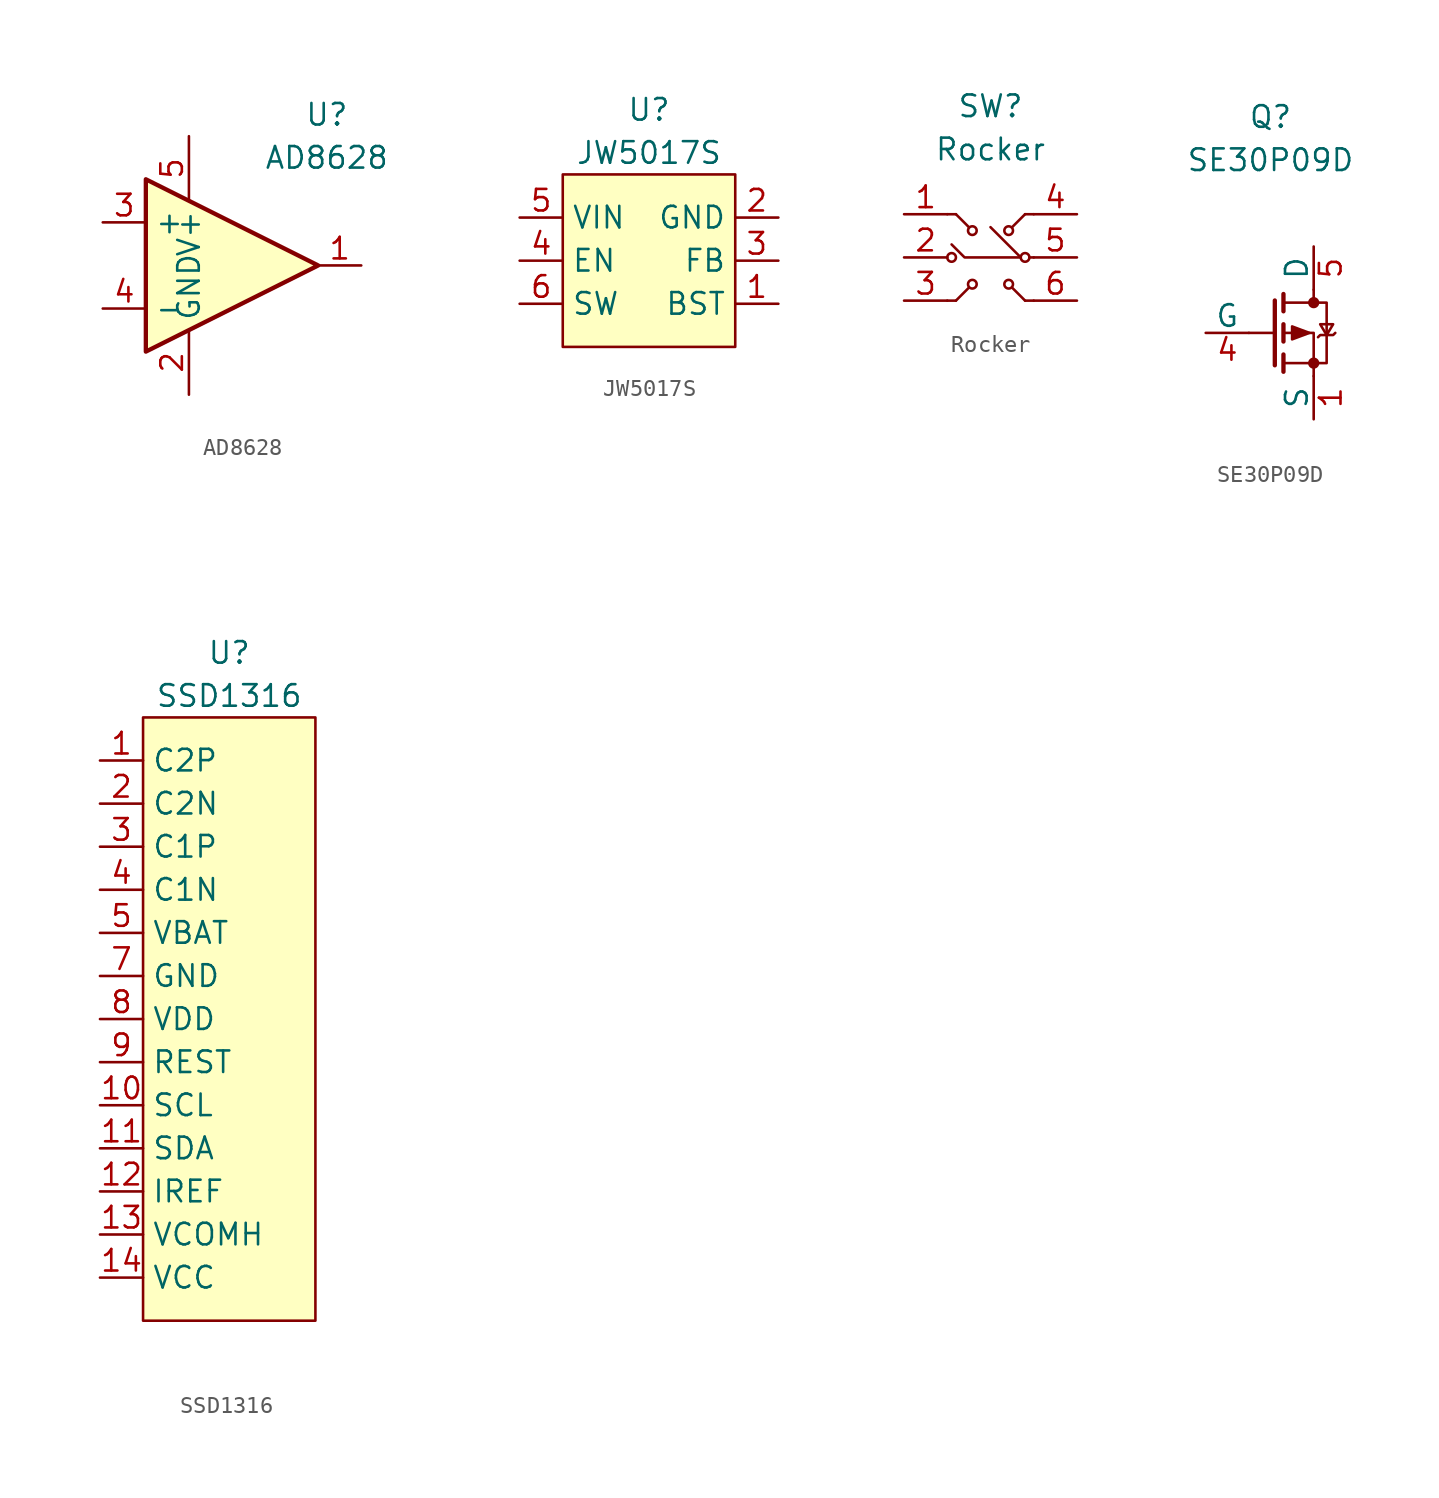
<source format=kicad_sym>
(kicad_symbol_lib
  (version 20211014)
  (generator kicad_symbol_editor)
  (symbol "AD8628"
    (property "Reference" "U"
      (at 6.35 8.89 0)
      (effects (font (size 1.27 1.27))))
    (property "Value" "AD8628"
      (at 6.35 6.35 0)
      (effects (font (size 1.27 1.27))))
    (symbol "AD8628_0_1"
      (polyline (pts (xy -4.318 5.08) (xy 5.842 0) (xy -4.318 -5.08) (xy -4.318 5.08)) (stroke (width 0.254) (type default) (color 0 0 0 0)) (fill (type background))))
    (symbol "AD8628_1_1"
      (pin output line (at 8.382 0 180) (length 2.54) (name "~" (effects (font (size 1.27 1.27)))) (number "1" (effects (font (size 1.27 1.27)))))
      (pin power_in line (at -1.778 -7.62 90) (length 3.81) (name "GND" (effects (font (size 1.27 1.27)))) (number "2" (effects (font (size 1.27 1.27)))))
      (pin input line (at -6.858 2.54 0) (length 2.54) (name "+" (effects (font (size 1.27 1.27)))) (number "3" (effects (font (size 1.27 1.27)))))
      (pin input line (at -6.858 -2.54 0) (length 2.54) (name "-" (effects (font (size 1.27 1.27)))) (number "4" (effects (font (size 1.27 1.27)))))
      (pin power_in line (at -1.778 7.62 270) (length 3.81) (name "V+" (effects (font (size 1.27 1.27)))) (number "5" (effects (font (size 1.27 1.27)))))))
  (symbol "JW5017S"
    (property "Reference" "U"
      (at 0 8.89 0)
      (effects (font (size 1.27 1.27))))
    (property "Value" "JW5017S"
      (at 0 6.35 0)
      (effects (font (size 1.27 1.27))))
    (symbol "JW5017S_0_0"
      (pin power_out line (at 7.62 -2.54 180) (length 2.54) (name "BST" (effects (font (size 1.27 1.27)))) (number "1" (effects (font (size 1.27 1.27)))))
      (pin power_in line (at 7.62 2.54 180) (length 2.54) (name "GND" (effects (font (size 1.27 1.27)))) (number "2" (effects (font (size 1.27 1.27)))))
      (pin input line (at 7.62 0 180) (length 2.54) (name "FB" (effects (font (size 1.27 1.27)))) (number "3" (effects (font (size 1.27 1.27)))))
      (pin input line (at -7.62 0 0) (length 2.54) (name "EN" (effects (font (size 1.27 1.27)))) (number "4" (effects (font (size 1.27 1.27)))))
      (pin power_in line (at -7.62 2.54 0) (length 2.54) (name "VIN" (effects (font (size 1.27 1.27)))) (number "5" (effects (font (size 1.27 1.27)))))
      (pin input line (at -7.62 -2.54 0) (length 2.54) (name "SW" (effects (font (size 1.27 1.27)))) (number "6" (effects (font (size 1.27 1.27))))))
    (symbol "JW5017S_0_1"
      (rectangle (start -5.08 5.08) (end 5.08 -5.08) (stroke (width 0) (type default) (color 0 0 0 0)) (fill (type background)))))
  (symbol "Rocker"
    (property "Reference" "SW"
      (at 0 8.89 0)
      (effects (font (size 1.27 1.27))))
    (property "Value" "Rocker"
      (at 0 6.35 0)
      (effects (font (size 1.27 1.27))))
    (symbol "Rocker_0_0"
      (pin passive line (at -5.08 2.54 0) (length 2.54) (name "" (effects (font (size 1.27 1.27)))) (number "1" (effects (font (size 1.27 1.27)))))
      (pin passive line (at -5.08 0 0) (length 2.54) (name "" (effects (font (size 1.27 1.27)))) (number "2" (effects (font (size 1.27 1.27)))))
      (pin passive line (at -5.08 -2.54 0) (length 2.54) (name "" (effects (font (size 1.27 1.27)))) (number "3" (effects (font (size 1.27 1.27)))))
      (pin passive line (at 5.08 2.54 180) (length 2.54) (name "" (effects (font (size 1.27 1.27)))) (number "4" (effects (font (size 1.27 1.27)))))
      (pin passive line (at 5.08 0 180) (length 2.54) (name "" (effects (font (size 1.27 1.27)))) (number "5" (effects (font (size 1.27 1.27)))))
      (pin passive line (at 5.08 -2.54 180) (length 2.54) (name "" (effects (font (size 1.27 1.27)))) (number "6" (effects (font (size 1.27 1.27))))))
    (symbol "Rocker_0_1"
      (circle (center -2.286 0) (radius 0.254) (stroke (width 0) (type default) (color 0 0 0 0)) (fill (type none)))
      (circle (center -1.067 -1.575) (radius 0.254) (stroke (width 0) (type default) (color 0 0 0 0)) (fill (type none)))
      (circle (center -1.067 1.575) (radius 0.254) (stroke (width 0) (type default) (color 0 0 0 0)) (fill (type none)))
      (polyline (pts (xy -2.54 -2.54) (xy -2.032 -2.54)) (stroke (width 0) (type default) (color 0 0 0 0)) (fill (type none)))
      (polyline (pts (xy -2.54 2.54) (xy -2.032 2.54)) (stroke (width 0) (type default) (color 0 0 0 0)) (fill (type none)))
      (polyline (pts (xy -2.032 -2.54) (xy -1.27 -1.778)) (stroke (width 0) (type default) (color 0 0 0 0)) (fill (type none)))
      (polyline (pts (xy -2.032 2.54) (xy -1.27 1.778)) (stroke (width 0) (type default) (color 0 0 0 0)) (fill (type none)))
      (polyline (pts (xy 1.778 0) (xy 0 1.778)) (stroke (width 0) (type default) (color 0 0 0 0)) (fill (type none)))
      (polyline (pts (xy 2.032 -2.54) (xy 1.27 -1.778)) (stroke (width 0) (type default) (color 0 0 0 0)) (fill (type none)))
      (polyline (pts (xy 2.032 -2.54) (xy 2.54 -2.54)) (stroke (width 0) (type default) (color 0 0 0 0)) (fill (type none)))
      (polyline (pts (xy 2.032 2.54) (xy 1.27 1.778)) (stroke (width 0) (type default) (color 0 0 0 0)) (fill (type none)))
      (polyline (pts (xy 2.032 2.54) (xy 2.54 2.54)) (stroke (width 0) (type default) (color 0 0 0 0)) (fill (type none)))
      (polyline (pts (xy 2.286 0) (xy 2.54 0)) (stroke (width 0) (type default) (color 0 0 0 0)) (fill (type none)))
      (polyline (pts (xy 1.778 0) (xy -1.524 0) (xy -2.286 0.762)) (stroke (width 0) (type default) (color 0 0 0 0)) (fill (type none)))
      (circle (center 1.067 -1.575) (radius 0.254) (stroke (width 0) (type default) (color 0 0 0 0)) (fill (type none)))
      (circle (center 1.067 1.575) (radius 0.254) (stroke (width 0) (type default) (color 0 0 0 0)) (fill (type none)))
      (circle (center 2.032 0) (radius 0.254) (stroke (width 0) (type default) (color 0 0 0 0)) (fill (type none)))))
  (symbol "SE30P09D"
    (pin_names
      (offset 0))
    (property "Reference" "Q"
      (at 0 12.7 0)
      (effects (font (size 1.27 1.27))))
    (property "Value" "SE30P09D"
      (at 0 10.16 0)
      (effects (font (size 1.27 1.27))))
    (symbol "SE30P09D_0_1"
      (polyline (pts (xy 0.254 0) (xy -1.27 0)) (stroke (width 0) (type default) (color 0 0 0 0)) (fill (type none)))
      (polyline (pts (xy 0.254 1.905) (xy 0.254 -1.905)) (stroke (width 0.254) (type default) (color 0 0 0 0)) (fill (type none)))
      (polyline (pts (xy 0.762 -1.27) (xy 0.762 -2.286)) (stroke (width 0.254) (type default) (color 0 0 0 0)) (fill (type none)))
      (polyline (pts (xy 0.762 0.508) (xy 0.762 -0.508)) (stroke (width 0.254) (type default) (color 0 0 0 0)) (fill (type none)))
      (polyline (pts (xy 0.762 2.286) (xy 0.762 1.27)) (stroke (width 0.254) (type default) (color 0 0 0 0)) (fill (type none)))
      (polyline (pts (xy 2.54 2.54) (xy 2.54 1.778)) (stroke (width 0) (type default) (color 0 0 0 0)) (fill (type none)))
      (polyline (pts (xy 2.54 -2.54) (xy 2.54 0) (xy 0.762 0)) (stroke (width 0) (type default) (color 0 0 0 0)) (fill (type none)))
      (polyline (pts (xy 0.762 -1.778) (xy 3.302 -1.778) (xy 3.302 1.778) (xy 0.762 1.778)) (stroke (width 0) (type default) (color 0 0 0 0)) (fill (type none)))
      (polyline (pts (xy 2.286 0) (xy 1.27 0.381) (xy 1.27 -0.381) (xy 2.286 0)) (stroke (width 0) (type default) (color 0 0 0 0)) (fill (type outline)))
      (polyline (pts (xy 2.794 -0.254) (xy 2.921 -0.127) (xy 3.683 -0.127) (xy 3.81 0)) (stroke (width 0) (type default) (color 0 0 0 0)) (fill (type none)))
      (polyline (pts (xy 3.302 -0.127) (xy 2.921 0.508) (xy 3.683 0.508) (xy 3.302 -0.127)) (stroke (width 0) (type default) (color 0 0 0 0)) (fill (type none)))
      (circle (center 2.54 -1.778) (radius 0.254) (stroke (width 0) (type default) (color 0 0 0 0)) (fill (type outline)))
      (circle (center 2.54 1.778) (radius 0.254) (stroke (width 0) (type default) (color 0 0 0 0)) (fill (type outline))))
    (symbol "SE30P09D_1_1"
      (pin passive line (at 2.54 -5.08 90) (length 2.54) (name "S" (effects (font (size 1.27 1.27)))) (number "1" (effects (font (size 1.27 1.27)))))
      (pin passive line (at 2.54 -5.08 90) (length 2.54) hide (name "S" (effects (font (size 1.27 1.27)))) (number "2" (effects (font (size 1.27 1.27)))))
      (pin passive line (at 2.54 -5.08 90) (length 2.54) hide (name "S" (effects (font (size 1.27 1.27)))) (number "3" (effects (font (size 1.27 1.27)))))
      (pin input line (at -3.81 0 0) (length 2.54) (name "G" (effects (font (size 1.27 1.27)))) (number "4" (effects (font (size 1.27 1.27)))))
      (pin passive line (at 2.54 5.08 270) (length 2.54) (name "D" (effects (font (size 1.27 1.27)))) (number "5" (effects (font (size 1.27 1.27)))))
      (pin passive line (at 2.54 5.08 270) (length 2.54) hide (name "D" (effects (font (size 1.27 1.27)))) (number "6" (effects (font (size 1.27 1.27)))))
      (pin passive line (at 2.54 5.08 270) (length 2.54) hide (name "D" (effects (font (size 1.27 1.27)))) (number "7" (effects (font (size 1.27 1.27)))))
      (pin passive line (at 2.54 5.08 270) (length 2.54) hide (name "D" (effects (font (size 1.27 1.27)))) (number "8" (effects (font (size 1.27 1.27)))))
      (pin passive line (at 2.54 5.08 270) (length 2.54) hide (name "D" (effects (font (size 1.27 1.27)))) (number "9" (effects (font (size 1.27 1.27)))))))
  (symbol "SSD1316"
    (property "Reference" "U"
      (at 0 21.59 0)
      (effects (font (size 1.27 1.27))))
    (property "Value" "SSD1316"
      (at 0 19.05 0)
      (effects (font (size 1.27 1.27))))
    (symbol "SSD1316_0_0"
      (pin bidirectional line (at -7.62 15.24 0) (length 2.54) (name "C2P" (effects (font (size 1.27 1.27)))) (number "1" (effects (font (size 1.27 1.27)))))
      (pin output line (at -7.62 -5.08 0) (length 2.54) (name "SCL" (effects (font (size 1.27 1.27)))) (number "10" (effects (font (size 1.27 1.27)))))
      (pin bidirectional line (at -7.62 -7.62 0) (length 2.54) (name "SDA" (effects (font (size 1.27 1.27)))) (number "11" (effects (font (size 1.27 1.27)))))
      (pin bidirectional line (at -7.62 -10.16 0) (length 2.54) (name "IREF" (effects (font (size 1.27 1.27)))) (number "12" (effects (font (size 1.27 1.27)))))
      (pin bidirectional line (at -7.62 -12.7 0) (length 2.54) (name "VCOMH" (effects (font (size 1.27 1.27)))) (number "13" (effects (font (size 1.27 1.27)))))
      (pin bidirectional line (at -7.62 -15.24 0) (length 2.54) (name "VCC" (effects (font (size 1.27 1.27)))) (number "14" (effects (font (size 1.27 1.27)))))
      (pin bidirectional line (at -7.62 12.7 0) (length 2.54) (name "C2N" (effects (font (size 1.27 1.27)))) (number "2" (effects (font (size 1.27 1.27)))))
      (pin bidirectional line (at -7.62 10.16 0) (length 2.54) (name "C1P" (effects (font (size 1.27 1.27)))) (number "3" (effects (font (size 1.27 1.27)))))
      (pin bidirectional line (at -7.62 7.62 0) (length 2.54) (name "C1N" (effects (font (size 1.27 1.27)))) (number "4" (effects (font (size 1.27 1.27)))))
      (pin power_in line (at -7.62 5.08 0) (length 2.54) (name "VBAT" (effects (font (size 1.27 1.27)))) (number "5" (effects (font (size 1.27 1.27)))))
      (pin power_in line (at -7.62 2.54 0) (length 2.54) (name "GND" (effects (font (size 1.27 1.27)))) (number "7" (effects (font (size 1.27 1.27)))))
      (pin power_in line (at -7.62 0 0) (length 2.54) (name "VDD" (effects (font (size 1.27 1.27)))) (number "8" (effects (font (size 1.27 1.27)))))
      (pin input line (at -7.62 -2.54 0) (length 2.54) (name "REST" (effects (font (size 1.27 1.27)))) (number "9" (effects (font (size 1.27 1.27))))))
    (symbol "SSD1316_0_1"
      (rectangle (start -5.08 17.78) (end 5.08 -17.78) (stroke (width 0) (type default) (color 0 0 0 0)) (fill (type background))))
    (symbol "SSD1316_1_1"
      (pin no_connect line (at 7.62 0 180) (length 2.54) hide (name "NC" (effects (font (size 1.27 1.27)))) (number "6" (effects (font (size 1.27 1.27))))))))
</source>
